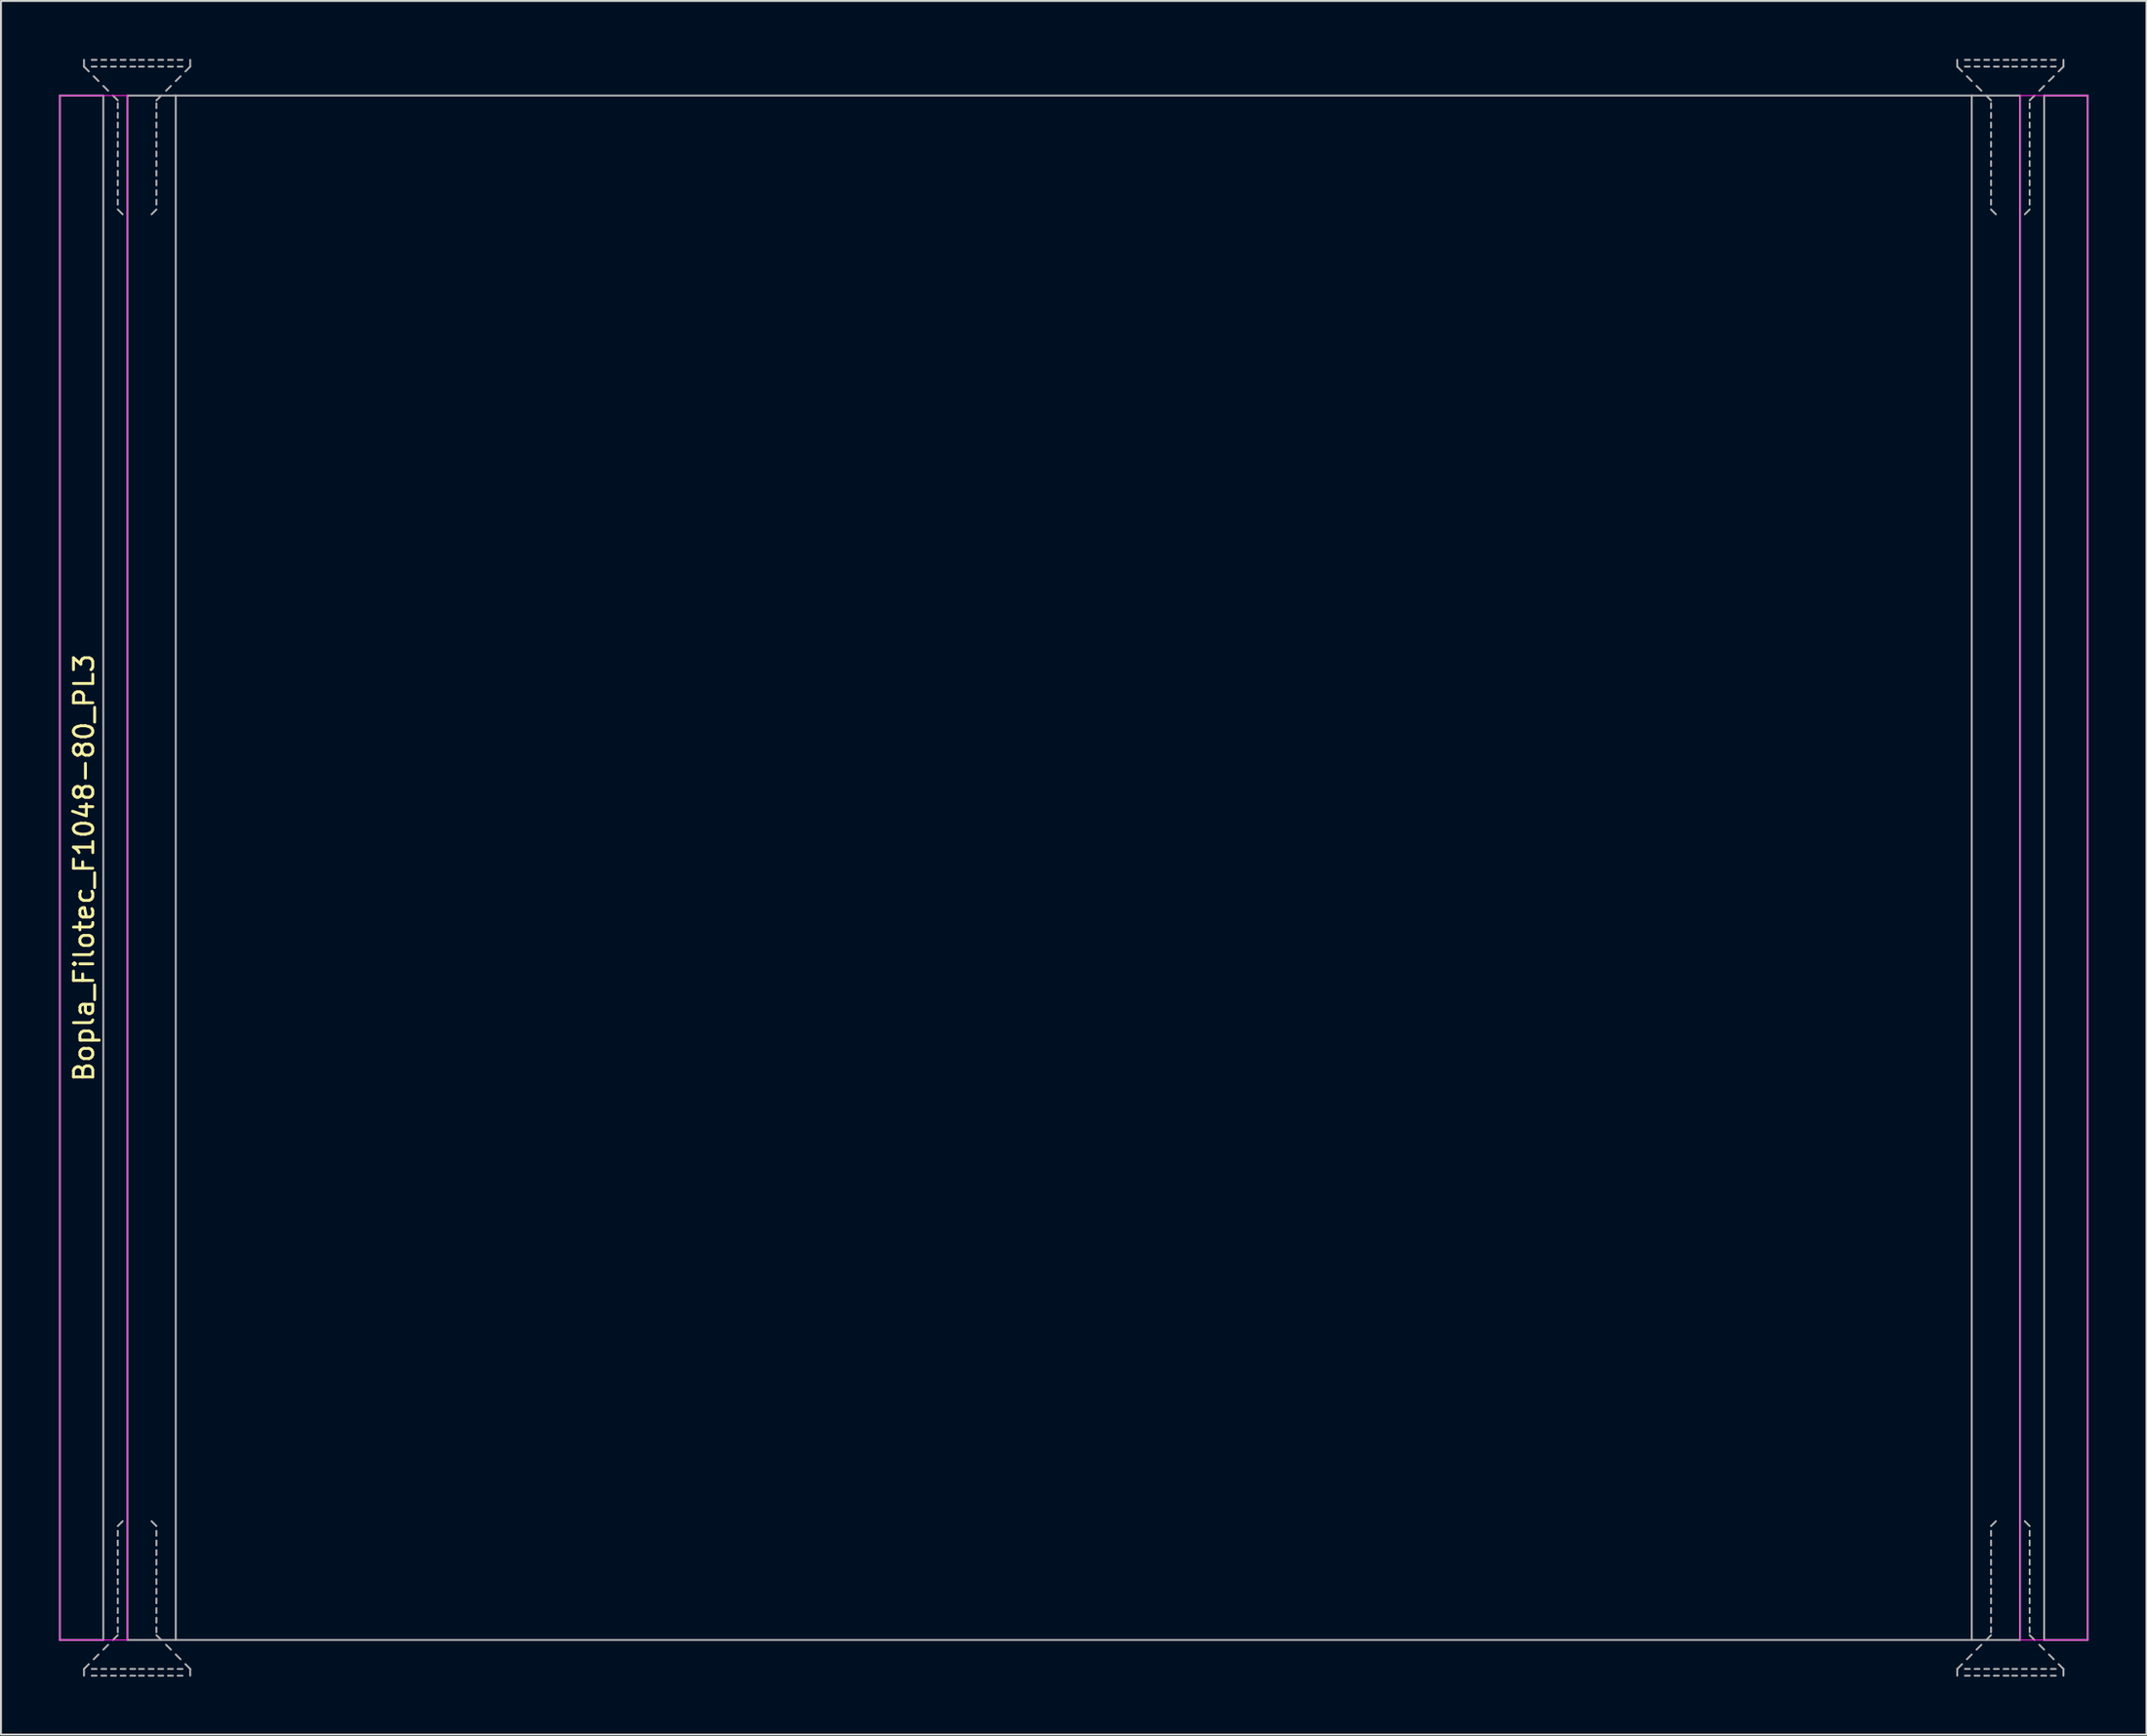
<source format=kicad_pcb>
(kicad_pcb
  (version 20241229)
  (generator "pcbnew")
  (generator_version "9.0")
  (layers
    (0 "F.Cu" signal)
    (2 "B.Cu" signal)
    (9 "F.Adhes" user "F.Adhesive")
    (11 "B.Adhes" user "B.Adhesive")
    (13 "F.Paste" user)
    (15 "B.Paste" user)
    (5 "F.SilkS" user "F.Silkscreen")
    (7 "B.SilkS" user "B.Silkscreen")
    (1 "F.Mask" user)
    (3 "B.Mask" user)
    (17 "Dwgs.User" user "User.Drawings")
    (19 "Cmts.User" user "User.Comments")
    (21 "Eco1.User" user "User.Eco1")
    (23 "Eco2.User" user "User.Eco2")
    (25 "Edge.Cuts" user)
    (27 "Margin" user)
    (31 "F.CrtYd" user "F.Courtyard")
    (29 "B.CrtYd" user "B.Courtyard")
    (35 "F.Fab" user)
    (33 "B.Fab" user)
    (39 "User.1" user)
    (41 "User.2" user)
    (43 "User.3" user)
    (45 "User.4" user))
  (footprint "Bopla_Filotec_F1048-80_PL3"
    (layer "F.Cu")
    (at 52.55 41.9)
    (property "Reference" "Bopla_Filotec_F1048-80_PL3" (at -51.25 0 90) (layer "F.SilkS") (effects (font (size 1 1) (thickness 0.15))))
    (attr exclude_from_pos_files exclude_from_bom)
    (fp_line (start -52.5 -40) (end -52.5 40) (stroke (width 0.05) (type solid)) (layer "F.CrtYd"))
    (fp_line (start -52.5 40) (end -49 40) (stroke (width 0.05) (type solid)) (layer "F.CrtYd"))
    (fp_line (start -49 -40) (end -52.5 -40) (stroke (width 0.05) (type solid)) (layer "F.CrtYd"))
    (fp_line (start -49 40) (end -49 -40) (stroke (width 0.05) (type solid)) (layer "F.CrtYd"))
    (fp_line (start 49 -40) (end 52.5 -40) (stroke (width 0.05) (type solid)) (layer "F.CrtYd"))
    (fp_line (start 49 40) (end 49 -40) (stroke (width 0.05) (type solid)) (layer "F.CrtYd"))
    (fp_line (start 52.5 -40) (end 52.5 40) (stroke (width 0.05) (type solid)) (layer "F.CrtYd"))
    (fp_line (start 52.5 40) (end 49 40) (stroke (width 0.05) (type solid)) (layer "F.CrtYd"))
    (fp_line (start -52.5 -40) (end -52.5 40) (stroke (width 0.1) (type solid)) (layer "F.Fab"))
    (fp_line (start -52.5 -40) (end -50.25 -40) (stroke (width 0.1) (type solid)) (layer "F.Fab"))
    (fp_line (start -52.5 40) (end -50.25 40) (stroke (width 0.1) (type solid)) (layer "F.Fab"))
    (fp_line (start -51.25 -41.5) (end -51.25 -41.85) (stroke (width 0.1) (type solid)) (layer "F.Fab"))
    (fp_line (start -51.25 -41.5) (end -51 -41.25) (stroke (width 0.1) (type solid)) (layer "F.Fab"))
    (fp_line (start -51.25 41.5) (end -51.25 41.85) (stroke (width 0.1) (type solid)) (layer "F.Fab"))
    (fp_line (start -51.25 41.5) (end -51 41.25) (stroke (width 0.1) (type solid)) (layer "F.Fab"))
    (fp_line (start -50.75 -41) (end -50.5 -40.75) (stroke (width 0.1) (type solid)) (layer "F.Fab"))
    (fp_line (start -50.75 41) (end -50.5 40.75) (stroke (width 0.1) (type solid)) (layer "F.Fab"))
    (fp_line (start -50.6 -41.85) (end -50.85 -41.85) (stroke (width 0.1) (type solid)) (layer "F.Fab"))
    (fp_line (start -50.6 -41.5) (end -50.85 -41.5) (stroke (width 0.1) (type solid)) (layer "F.Fab"))
    (fp_line (start -50.6 41.5) (end -50.85 41.5) (stroke (width 0.1) (type solid)) (layer "F.Fab"))
    (fp_line (start -50.6 41.85) (end -50.85 41.85) (stroke (width 0.1) (type solid)) (layer "F.Fab"))
    (fp_line (start -50.25 -40.5) (end -50 -40.25) (stroke (width 0.1) (type solid)) (layer "F.Fab"))
    (fp_line (start -50.25 -40) (end -50.25 40) (stroke (width 0.1) (type solid)) (layer "F.Fab"))
    (fp_line (start -50.25 40.5) (end -50 40.25) (stroke (width 0.1) (type solid)) (layer "F.Fab"))
    (fp_line (start -50.1 -41.85) (end -50.35 -41.85) (stroke (width 0.1) (type solid)) (layer "F.Fab"))
    (fp_line (start -50.1 -41.5) (end -50.35 -41.5) (stroke (width 0.1) (type solid)) (layer "F.Fab"))
    (fp_line (start -50.1 41.5) (end -50.35 41.5) (stroke (width 0.1) (type solid)) (layer "F.Fab"))
    (fp_line (start -50.1 41.85) (end -50.35 41.85) (stroke (width 0.1) (type solid)) (layer "F.Fab"))
    (fp_line (start -49.75 -40) (end -49.5 -39.75) (stroke (width 0.1) (type solid)) (layer "F.Fab"))
    (fp_line (start -49.75 40) (end -49.5 39.75) (stroke (width 0.1) (type solid)) (layer "F.Fab"))
    (fp_line (start -49.6 -41.85) (end -49.85 -41.85) (stroke (width 0.1) (type solid)) (layer "F.Fab"))
    (fp_line (start -49.6 -41.5) (end -49.85 -41.5) (stroke (width 0.1) (type solid)) (layer "F.Fab"))
    (fp_line (start -49.6 41.5) (end -49.85 41.5) (stroke (width 0.1) (type solid)) (layer "F.Fab"))
    (fp_line (start -49.6 41.85) (end -49.85 41.85) (stroke (width 0.1) (type solid)) (layer "F.Fab"))
    (fp_line (start -49.5 -39.6) (end -49.5 -39.35) (stroke (width 0.1) (type solid)) (layer "F.Fab"))
    (fp_line (start -49.5 -39.1) (end -49.5 -38.85) (stroke (width 0.1) (type solid)) (layer "F.Fab"))
    (fp_line (start -49.5 -38.6) (end -49.5 -38.35) (stroke (width 0.1) (type solid)) (layer "F.Fab"))
    (fp_line (start -49.5 -38.1) (end -49.5 -37.85) (stroke (width 0.1) (type solid)) (layer "F.Fab"))
    (fp_line (start -49.5 -37.6) (end -49.5 -37.35) (stroke (width 0.1) (type solid)) (layer "F.Fab"))
    (fp_line (start -49.5 -37.1) (end -49.5 -36.85) (stroke (width 0.1) (type solid)) (layer "F.Fab"))
    (fp_line (start -49.5 -36.6) (end -49.5 -36.35) (stroke (width 0.1) (type solid)) (layer "F.Fab"))
    (fp_line (start -49.5 -36.1) (end -49.5 -35.85) (stroke (width 0.1) (type solid)) (layer "F.Fab"))
    (fp_line (start -49.5 -35.6) (end -49.5 -35.35) (stroke (width 0.1) (type solid)) (layer "F.Fab"))
    (fp_line (start -49.5 -35.1) (end -49.5 -34.85) (stroke (width 0.1) (type solid)) (layer "F.Fab"))
    (fp_line (start -49.5 -34.6) (end -49.5 -34.35) (stroke (width 0.1) (type solid)) (layer "F.Fab"))
    (fp_line (start -49.5 -34.1) (end -49.25 -33.85) (stroke (width 0.1) (type solid)) (layer "F.Fab"))
    (fp_line (start -49.5 34.1) (end -49.25 33.85) (stroke (width 0.1) (type solid)) (layer "F.Fab"))
    (fp_line (start -49.5 34.6) (end -49.5 34.35) (stroke (width 0.1) (type solid)) (layer "F.Fab"))
    (fp_line (start -49.5 35.1) (end -49.5 34.85) (stroke (width 0.1) (type solid)) (layer "F.Fab"))
    (fp_line (start -49.5 35.6) (end -49.5 35.35) (stroke (width 0.1) (type solid)) (layer "F.Fab"))
    (fp_line (start -49.5 36.1) (end -49.5 35.85) (stroke (width 0.1) (type solid)) (layer "F.Fab"))
    (fp_line (start -49.5 36.6) (end -49.5 36.35) (stroke (width 0.1) (type solid)) (layer "F.Fab"))
    (fp_line (start -49.5 37.1) (end -49.5 36.85) (stroke (width 0.1) (type solid)) (layer "F.Fab"))
    (fp_line (start -49.5 37.6) (end -49.5 37.35) (stroke (width 0.1) (type solid)) (layer "F.Fab"))
    (fp_line (start -49.5 38.1) (end -49.5 37.85) (stroke (width 0.1) (type solid)) (layer "F.Fab"))
    (fp_line (start -49.5 38.6) (end -49.5 38.35) (stroke (width 0.1) (type solid)) (layer "F.Fab"))
    (fp_line (start -49.5 39.1) (end -49.5 38.85) (stroke (width 0.1) (type solid)) (layer "F.Fab"))
    (fp_line (start -49.5 39.6) (end -49.5 39.35) (stroke (width 0.1) (type solid)) (layer "F.Fab"))
    (fp_line (start -49.1 -41.85) (end -49.35 -41.85) (stroke (width 0.1) (type solid)) (layer "F.Fab"))
    (fp_line (start -49.1 -41.5) (end -49.35 -41.5) (stroke (width 0.1) (type solid)) (layer "F.Fab"))
    (fp_line (start -49.1 41.5) (end -49.35 41.5) (stroke (width 0.1) (type solid)) (layer "F.Fab"))
    (fp_line (start -49.1 41.85) (end -49.35 41.85) (stroke (width 0.1) (type solid)) (layer "F.Fab"))
    (fp_line (start -49 -40) (end -46.5 -40) (stroke (width 0.1) (type solid)) (layer "F.Fab"))
    (fp_line (start -49 40) (end -49 -40) (stroke (width 0.1) (type solid)) (layer "F.Fab"))
    (fp_line (start -49 40) (end -46.5 40) (stroke (width 0.1) (type solid)) (layer "F.Fab"))
    (fp_line (start -48.6 -41.85) (end -48.85 -41.85) (stroke (width 0.1) (type solid)) (layer "F.Fab"))
    (fp_line (start -48.6 -41.5) (end -48.85 -41.5) (stroke (width 0.1) (type solid)) (layer "F.Fab"))
    (fp_line (start -48.6 41.5) (end -48.85 41.5) (stroke (width 0.1) (type solid)) (layer "F.Fab"))
    (fp_line (start -48.6 41.85) (end -48.85 41.85) (stroke (width 0.1) (type solid)) (layer "F.Fab"))
    (fp_line (start -48.15 -41.85) (end -48.4 -41.85) (stroke (width 0.1) (type solid)) (layer "F.Fab"))
    (fp_line (start -48.15 -41.5) (end -48.4 -41.5) (stroke (width 0.1) (type solid)) (layer "F.Fab"))
    (fp_line (start -48.15 41.5) (end -48.4 41.5) (stroke (width 0.1) (type solid)) (layer "F.Fab"))
    (fp_line (start -48.15 41.85) (end -48.4 41.85) (stroke (width 0.1) (type solid)) (layer "F.Fab"))
    (fp_line (start -47.65 -41.85) (end -47.9 -41.85) (stroke (width 0.1) (type solid)) (layer "F.Fab"))
    (fp_line (start -47.65 -41.5) (end -47.9 -41.5) (stroke (width 0.1) (type solid)) (layer "F.Fab"))
    (fp_line (start -47.65 41.5) (end -47.9 41.5) (stroke (width 0.1) (type solid)) (layer "F.Fab"))
    (fp_line (start -47.65 41.85) (end -47.9 41.85) (stroke (width 0.1) (type solid)) (layer "F.Fab"))
    (fp_line (start -47.5 -39.6) (end -47.5 -39.35) (stroke (width 0.1) (type solid)) (layer "F.Fab"))
    (fp_line (start -47.5 -39.1) (end -47.5 -38.85) (stroke (width 0.1) (type solid)) (layer "F.Fab"))
    (fp_line (start -47.5 -38.6) (end -47.5 -38.35) (stroke (width 0.1) (type solid)) (layer "F.Fab"))
    (fp_line (start -47.5 -38.1) (end -47.5 -37.85) (stroke (width 0.1) (type solid)) (layer "F.Fab"))
    (fp_line (start -47.5 -37.6) (end -47.5 -37.35) (stroke (width 0.1) (type solid)) (layer "F.Fab"))
    (fp_line (start -47.5 -37.1) (end -47.5 -36.85) (stroke (width 0.1) (type solid)) (layer "F.Fab"))
    (fp_line (start -47.5 -36.6) (end -47.5 -36.35) (stroke (width 0.1) (type solid)) (layer "F.Fab"))
    (fp_line (start -47.5 -36.1) (end -47.5 -35.85) (stroke (width 0.1) (type solid)) (layer "F.Fab"))
    (fp_line (start -47.5 -35.6) (end -47.5 -35.35) (stroke (width 0.1) (type solid)) (layer "F.Fab"))
    (fp_line (start -47.5 -35.1) (end -47.5 -34.85) (stroke (width 0.1) (type solid)) (layer "F.Fab"))
    (fp_line (start -47.5 -34.6) (end -47.5 -34.35) (stroke (width 0.1) (type solid)) (layer "F.Fab"))
    (fp_line (start -47.5 -34.1) (end -47.75 -33.85) (stroke (width 0.1) (type solid)) (layer "F.Fab"))
    (fp_line (start -47.5 34.1) (end -47.75 33.85) (stroke (width 0.1) (type solid)) (layer "F.Fab"))
    (fp_line (start -47.5 34.6) (end -47.5 34.35) (stroke (width 0.1) (type solid)) (layer "F.Fab"))
    (fp_line (start -47.5 35.1) (end -47.5 34.85) (stroke (width 0.1) (type solid)) (layer "F.Fab"))
    (fp_line (start -47.5 35.6) (end -47.5 35.35) (stroke (width 0.1) (type solid)) (layer "F.Fab"))
    (fp_line (start -47.5 36.1) (end -47.5 35.85) (stroke (width 0.1) (type solid)) (layer "F.Fab"))
    (fp_line (start -47.5 36.6) (end -47.5 36.35) (stroke (width 0.1) (type solid)) (layer "F.Fab"))
    (fp_line (start -47.5 37.1) (end -47.5 36.85) (stroke (width 0.1) (type solid)) (layer "F.Fab"))
    (fp_line (start -47.5 37.6) (end -47.5 37.35) (stroke (width 0.1) (type solid)) (layer "F.Fab"))
    (fp_line (start -47.5 38.1) (end -47.5 37.85) (stroke (width 0.1) (type solid)) (layer "F.Fab"))
    (fp_line (start -47.5 38.6) (end -47.5 38.35) (stroke (width 0.1) (type solid)) (layer "F.Fab"))
    (fp_line (start -47.5 39.1) (end -47.5 38.85) (stroke (width 0.1) (type solid)) (layer "F.Fab"))
    (fp_line (start -47.5 39.6) (end -47.5 39.35) (stroke (width 0.1) (type solid)) (layer "F.Fab"))
    (fp_line (start -47.25 -40) (end -47.5 -39.75) (stroke (width 0.1) (type solid)) (layer "F.Fab"))
    (fp_line (start -47.25 40) (end -47.5 39.75) (stroke (width 0.1) (type solid)) (layer "F.Fab"))
    (fp_line (start -47.15 -41.85) (end -47.4 -41.85) (stroke (width 0.1) (type solid)) (layer "F.Fab"))
    (fp_line (start -47.15 -41.5) (end -47.4 -41.5) (stroke (width 0.1) (type solid)) (layer "F.Fab"))
    (fp_line (start -47.15 41.5) (end -47.4 41.5) (stroke (width 0.1) (type solid)) (layer "F.Fab"))
    (fp_line (start -47.15 41.85) (end -47.4 41.85) (stroke (width 0.1) (type solid)) (layer "F.Fab"))
    (fp_line (start -46.75 -40.5) (end -47 -40.25) (stroke (width 0.1) (type solid)) (layer "F.Fab"))
    (fp_line (start -46.75 40.5) (end -47 40.25) (stroke (width 0.1) (type solid)) (layer "F.Fab"))
    (fp_line (start -46.65 -41.85) (end -46.9 -41.85) (stroke (width 0.1) (type solid)) (layer "F.Fab"))
    (fp_line (start -46.65 -41.5) (end -46.9 -41.5) (stroke (width 0.1) (type solid)) (layer "F.Fab"))
    (fp_line (start -46.65 41.5) (end -46.9 41.5) (stroke (width 0.1) (type solid)) (layer "F.Fab"))
    (fp_line (start -46.65 41.85) (end -46.9 41.85) (stroke (width 0.1) (type solid)) (layer "F.Fab"))
    (fp_line (start -46.5 40) (end -46.5 -40) (stroke (width 0.1) (type solid)) (layer "F.Fab"))
    (fp_line (start -46.5 40) (end 46.5 40) (stroke (width 0.1) (type solid)) (layer "F.Fab"))
    (fp_line (start -46.25 -41) (end -46.5 -40.75) (stroke (width 0.1) (type solid)) (layer "F.Fab"))
    (fp_line (start -46.25 41) (end -46.5 40.75) (stroke (width 0.1) (type solid)) (layer "F.Fab"))
    (fp_line (start -46.15 -41.85) (end -46.4 -41.85) (stroke (width 0.1) (type solid)) (layer "F.Fab"))
    (fp_line (start -46.15 -41.5) (end -46.4 -41.5) (stroke (width 0.1) (type solid)) (layer "F.Fab"))
    (fp_line (start -46.15 41.5) (end -46.4 41.5) (stroke (width 0.1) (type solid)) (layer "F.Fab"))
    (fp_line (start -46.15 41.85) (end -46.4 41.85) (stroke (width 0.1) (type solid)) (layer "F.Fab"))
    (fp_line (start -45.75 -41.5) (end -46 -41.25) (stroke (width 0.1) (type solid)) (layer "F.Fab"))
    (fp_line (start -45.75 -41.5) (end -45.75 -41.85) (stroke (width 0.1) (type solid)) (layer "F.Fab"))
    (fp_line (start -45.75 41.5) (end -46 41.25) (stroke (width 0.1) (type solid)) (layer "F.Fab"))
    (fp_line (start -45.75 41.5) (end -45.75 41.85) (stroke (width 0.1) (type solid)) (layer "F.Fab"))
    (fp_line (start 45.75 -41.5) (end 45.75 -41.85) (stroke (width 0.1) (type solid)) (layer "F.Fab"))
    (fp_line (start 45.75 -41.5) (end 46 -41.25) (stroke (width 0.1) (type solid)) (layer "F.Fab"))
    (fp_line (start 45.75 41.5) (end 45.75 41.85) (stroke (width 0.1) (type solid)) (layer "F.Fab"))
    (fp_line (start 45.75 41.5) (end 46 41.25) (stroke (width 0.1) (type solid)) (layer "F.Fab"))
    (fp_line (start 46.25 -41) (end 46.5 -40.75) (stroke (width 0.1) (type solid)) (layer "F.Fab"))
    (fp_line (start 46.25 41) (end 46.5 40.75) (stroke (width 0.1) (type solid)) (layer "F.Fab"))
    (fp_line (start 46.4 -41.85) (end 46.15 -41.85) (stroke (width 0.1) (type solid)) (layer "F.Fab"))
    (fp_line (start 46.4 -41.5) (end 46.15 -41.5) (stroke (width 0.1) (type solid)) (layer "F.Fab"))
    (fp_line (start 46.4 41.5) (end 46.15 41.5) (stroke (width 0.1) (type solid)) (layer "F.Fab"))
    (fp_line (start 46.4 41.85) (end 46.15 41.85) (stroke (width 0.1) (type solid)) (layer "F.Fab"))
    (fp_line (start 46.5 -40) (end -46.5 -40) (stroke (width 0.1) (type solid)) (layer "F.Fab"))
    (fp_line (start 46.5 -40) (end 46.5 40) (stroke (width 0.1) (type solid)) (layer "F.Fab"))
    (fp_line (start 46.75 -40.5) (end 47 -40.25) (stroke (width 0.1) (type solid)) (layer "F.Fab"))
    (fp_line (start 46.75 40.5) (end 47 40.25) (stroke (width 0.1) (type solid)) (layer "F.Fab"))
    (fp_line (start 46.9 -41.85) (end 46.65 -41.85) (stroke (width 0.1) (type solid)) (layer "F.Fab"))
    (fp_line (start 46.9 -41.5) (end 46.65 -41.5) (stroke (width 0.1) (type solid)) (layer "F.Fab"))
    (fp_line (start 46.9 41.5) (end 46.65 41.5) (stroke (width 0.1) (type solid)) (layer "F.Fab"))
    (fp_line (start 46.9 41.85) (end 46.65 41.85) (stroke (width 0.1) (type solid)) (layer "F.Fab"))
    (fp_line (start 47.25 -40) (end 47.5 -39.75) (stroke (width 0.1) (type solid)) (layer "F.Fab"))
    (fp_line (start 47.25 40) (end 47.5 39.75) (stroke (width 0.1) (type solid)) (layer "F.Fab"))
    (fp_line (start 47.4 -41.85) (end 47.15 -41.85) (stroke (width 0.1) (type solid)) (layer "F.Fab"))
    (fp_line (start 47.4 -41.5) (end 47.15 -41.5) (stroke (width 0.1) (type solid)) (layer "F.Fab"))
    (fp_line (start 47.4 41.5) (end 47.15 41.5) (stroke (width 0.1) (type solid)) (layer "F.Fab"))
    (fp_line (start 47.4 41.85) (end 47.15 41.85) (stroke (width 0.1) (type solid)) (layer "F.Fab"))
    (fp_line (start 47.5 -39.6) (end 47.5 -39.35) (stroke (width 0.1) (type solid)) (layer "F.Fab"))
    (fp_line (start 47.5 -39.1) (end 47.5 -38.85) (stroke (width 0.1) (type solid)) (layer "F.Fab"))
    (fp_line (start 47.5 -38.6) (end 47.5 -38.35) (stroke (width 0.1) (type solid)) (layer "F.Fab"))
    (fp_line (start 47.5 -38.1) (end 47.5 -37.85) (stroke (width 0.1) (type solid)) (layer "F.Fab"))
    (fp_line (start 47.5 -37.6) (end 47.5 -37.35) (stroke (width 0.1) (type solid)) (layer "F.Fab"))
    (fp_line (start 47.5 -37.1) (end 47.5 -36.85) (stroke (width 0.1) (type solid)) (layer "F.Fab"))
    (fp_line (start 47.5 -36.6) (end 47.5 -36.35) (stroke (width 0.1) (type solid)) (layer "F.Fab"))
    (fp_line (start 47.5 -36.1) (end 47.5 -35.85) (stroke (width 0.1) (type solid)) (layer "F.Fab"))
    (fp_line (start 47.5 -35.6) (end 47.5 -35.35) (stroke (width 0.1) (type solid)) (layer "F.Fab"))
    (fp_line (start 47.5 -35.1) (end 47.5 -34.85) (stroke (width 0.1) (type solid)) (layer "F.Fab"))
    (fp_line (start 47.5 -34.6) (end 47.5 -34.35) (stroke (width 0.1) (type solid)) (layer "F.Fab"))
    (fp_line (start 47.5 -34.1) (end 47.75 -33.85) (stroke (width 0.1) (type solid)) (layer "F.Fab"))
    (fp_line (start 47.5 34.1) (end 47.75 33.85) (stroke (width 0.1) (type solid)) (layer "F.Fab"))
    (fp_line (start 47.5 34.6) (end 47.5 34.35) (stroke (width 0.1) (type solid)) (layer "F.Fab"))
    (fp_line (start 47.5 35.1) (end 47.5 34.85) (stroke (width 0.1) (type solid)) (layer "F.Fab"))
    (fp_line (start 47.5 35.6) (end 47.5 35.35) (stroke (width 0.1) (type solid)) (layer "F.Fab"))
    (fp_line (start 47.5 36.1) (end 47.5 35.85) (stroke (width 0.1) (type solid)) (layer "F.Fab"))
    (fp_line (start 47.5 36.6) (end 47.5 36.35) (stroke (width 0.1) (type solid)) (layer "F.Fab"))
    (fp_line (start 47.5 37.1) (end 47.5 36.85) (stroke (width 0.1) (type solid)) (layer "F.Fab"))
    (fp_line (start 47.5 37.6) (end 47.5 37.35) (stroke (width 0.1) (type solid)) (layer "F.Fab"))
    (fp_line (start 47.5 38.1) (end 47.5 37.85) (stroke (width 0.1) (type solid)) (layer "F.Fab"))
    (fp_line (start 47.5 38.6) (end 47.5 38.35) (stroke (width 0.1) (type solid)) (layer "F.Fab"))
    (fp_line (start 47.5 39.1) (end 47.5 38.85) (stroke (width 0.1) (type solid)) (layer "F.Fab"))
    (fp_line (start 47.5 39.6) (end 47.5 39.35) (stroke (width 0.1) (type solid)) (layer "F.Fab"))
    (fp_line (start 47.9 -41.85) (end 47.65 -41.85) (stroke (width 0.1) (type solid)) (layer "F.Fab"))
    (fp_line (start 47.9 -41.5) (end 47.65 -41.5) (stroke (width 0.1) (type solid)) (layer "F.Fab"))
    (fp_line (start 47.9 41.5) (end 47.65 41.5) (stroke (width 0.1) (type solid)) (layer "F.Fab"))
    (fp_line (start 47.9 41.85) (end 47.65 41.85) (stroke (width 0.1) (type solid)) (layer "F.Fab"))
    (fp_line (start 48.4 -41.85) (end 48.15 -41.85) (stroke (width 0.1) (type solid)) (layer "F.Fab"))
    (fp_line (start 48.4 -41.5) (end 48.15 -41.5) (stroke (width 0.1) (type solid)) (layer "F.Fab"))
    (fp_line (start 48.4 41.5) (end 48.15 41.5) (stroke (width 0.1) (type solid)) (layer "F.Fab"))
    (fp_line (start 48.4 41.85) (end 48.15 41.85) (stroke (width 0.1) (type solid)) (layer "F.Fab"))
    (fp_line (start 48.85 -41.85) (end 48.6 -41.85) (stroke (width 0.1) (type solid)) (layer "F.Fab"))
    (fp_line (start 48.85 -41.5) (end 48.6 -41.5) (stroke (width 0.1) (type solid)) (layer "F.Fab"))
    (fp_line (start 48.85 41.5) (end 48.6 41.5) (stroke (width 0.1) (type solid)) (layer "F.Fab"))
    (fp_line (start 48.85 41.85) (end 48.6 41.85) (stroke (width 0.1) (type solid)) (layer "F.Fab"))
    (fp_line (start 49 -40) (end 46.5 -40) (stroke (width 0.1) (type solid)) (layer "F.Fab"))
    (fp_line (start 49 -40) (end 49 40) (stroke (width 0.1) (type solid)) (layer "F.Fab"))
    (fp_line (start 49 40) (end 46.5 40) (stroke (width 0.1) (type solid)) (layer "F.Fab"))
    (fp_line (start 49.35 -41.85) (end 49.1 -41.85) (stroke (width 0.1) (type solid)) (layer "F.Fab"))
    (fp_line (start 49.35 -41.5) (end 49.1 -41.5) (stroke (width 0.1) (type solid)) (layer "F.Fab"))
    (fp_line (start 49.35 41.5) (end 49.1 41.5) (stroke (width 0.1) (type solid)) (layer "F.Fab"))
    (fp_line (start 49.35 41.85) (end 49.1 41.85) (stroke (width 0.1) (type solid)) (layer "F.Fab"))
    (fp_line (start 49.5 -39.6) (end 49.5 -39.35) (stroke (width 0.1) (type solid)) (layer "F.Fab"))
    (fp_line (start 49.5 -39.1) (end 49.5 -38.85) (stroke (width 0.1) (type solid)) (layer "F.Fab"))
    (fp_line (start 49.5 -38.6) (end 49.5 -38.35) (stroke (width 0.1) (type solid)) (layer "F.Fab"))
    (fp_line (start 49.5 -38.1) (end 49.5 -37.85) (stroke (width 0.1) (type solid)) (layer "F.Fab"))
    (fp_line (start 49.5 -37.6) (end 49.5 -37.35) (stroke (width 0.1) (type solid)) (layer "F.Fab"))
    (fp_line (start 49.5 -37.1) (end 49.5 -36.85) (stroke (width 0.1) (type solid)) (layer "F.Fab"))
    (fp_line (start 49.5 -36.6) (end 49.5 -36.35) (stroke (width 0.1) (type solid)) (layer "F.Fab"))
    (fp_line (start 49.5 -36.1) (end 49.5 -35.85) (stroke (width 0.1) (type solid)) (layer "F.Fab"))
    (fp_line (start 49.5 -35.6) (end 49.5 -35.35) (stroke (width 0.1) (type solid)) (layer "F.Fab"))
    (fp_line (start 49.5 -35.1) (end 49.5 -34.85) (stroke (width 0.1) (type solid)) (layer "F.Fab"))
    (fp_line (start 49.5 -34.6) (end 49.5 -34.35) (stroke (width 0.1) (type solid)) (layer "F.Fab"))
    (fp_line (start 49.5 -34.1) (end 49.25 -33.85) (stroke (width 0.1) (type solid)) (layer "F.Fab"))
    (fp_line (start 49.5 34.1) (end 49.25 33.85) (stroke (width 0.1) (type solid)) (layer "F.Fab"))
    (fp_line (start 49.5 34.6) (end 49.5 34.35) (stroke (width 0.1) (type solid)) (layer "F.Fab"))
    (fp_line (start 49.5 35.1) (end 49.5 34.85) (stroke (width 0.1) (type solid)) (layer "F.Fab"))
    (fp_line (start 49.5 35.6) (end 49.5 35.35) (stroke (width 0.1) (type solid)) (layer "F.Fab"))
    (fp_line (start 49.5 36.1) (end 49.5 35.85) (stroke (width 0.1) (type solid)) (layer "F.Fab"))
    (fp_line (start 49.5 36.6) (end 49.5 36.35) (stroke (width 0.1) (type solid)) (layer "F.Fab"))
    (fp_line (start 49.5 37.1) (end 49.5 36.85) (stroke (width 0.1) (type solid)) (layer "F.Fab"))
    (fp_line (start 49.5 37.6) (end 49.5 37.35) (stroke (width 0.1) (type solid)) (layer "F.Fab"))
    (fp_line (start 49.5 38.1) (end 49.5 37.85) (stroke (width 0.1) (type solid)) (layer "F.Fab"))
    (fp_line (start 49.5 38.6) (end 49.5 38.35) (stroke (width 0.1) (type solid)) (layer "F.Fab"))
    (fp_line (start 49.5 39.1) (end 49.5 38.85) (stroke (width 0.1) (type solid)) (layer "F.Fab"))
    (fp_line (start 49.5 39.6) (end 49.5 39.35) (stroke (width 0.1) (type solid)) (layer "F.Fab"))
    (fp_line (start 49.75 -40) (end 49.5 -39.75) (stroke (width 0.1) (type solid)) (layer "F.Fab"))
    (fp_line (start 49.75 40) (end 49.5 39.75) (stroke (width 0.1) (type solid)) (layer "F.Fab"))
    (fp_line (start 49.85 -41.85) (end 49.6 -41.85) (stroke (width 0.1) (type solid)) (layer "F.Fab"))
    (fp_line (start 49.85 -41.5) (end 49.6 -41.5) (stroke (width 0.1) (type solid)) (layer "F.Fab"))
    (fp_line (start 49.85 41.5) (end 49.6 41.5) (stroke (width 0.1) (type solid)) (layer "F.Fab"))
    (fp_line (start 49.85 41.85) (end 49.6 41.85) (stroke (width 0.1) (type solid)) (layer "F.Fab"))
    (fp_line (start 50.25 -40.5) (end 50 -40.25) (stroke (width 0.1) (type solid)) (layer "F.Fab"))
    (fp_line (start 50.25 -40) (end 52.5 -40) (stroke (width 0.1) (type solid)) (layer "F.Fab"))
    (fp_line (start 50.25 40) (end 50.25 -40) (stroke (width 0.1) (type solid)) (layer "F.Fab"))
    (fp_line (start 50.25 40) (end 52.5 40) (stroke (width 0.1) (type solid)) (layer "F.Fab"))
    (fp_line (start 50.25 40.5) (end 50 40.25) (stroke (width 0.1) (type solid)) (layer "F.Fab"))
    (fp_line (start 50.35 -41.85) (end 50.1 -41.85) (stroke (width 0.1) (type solid)) (layer "F.Fab"))
    (fp_line (start 50.35 -41.5) (end 50.1 -41.5) (stroke (width 0.1) (type solid)) (layer "F.Fab"))
    (fp_line (start 50.35 41.5) (end 50.1 41.5) (stroke (width 0.1) (type solid)) (layer "F.Fab"))
    (fp_line (start 50.35 41.85) (end 50.1 41.85) (stroke (width 0.1) (type solid)) (layer "F.Fab"))
    (fp_line (start 50.75 -41) (end 50.5 -40.75) (stroke (width 0.1) (type solid)) (layer "F.Fab"))
    (fp_line (start 50.75 41) (end 50.5 40.75) (stroke (width 0.1) (type solid)) (layer "F.Fab"))
    (fp_line (start 50.85 -41.85) (end 50.6 -41.85) (stroke (width 0.1) (type solid)) (layer "F.Fab"))
    (fp_line (start 50.85 -41.5) (end 50.6 -41.5) (stroke (width 0.1) (type solid)) (layer "F.Fab"))
    (fp_line (start 50.85 41.5) (end 50.6 41.5) (stroke (width 0.1) (type solid)) (layer "F.Fab"))
    (fp_line (start 50.85 41.85) (end 50.6 41.85) (stroke (width 0.1) (type solid)) (layer "F.Fab"))
    (fp_line (start 51.25 -41.5) (end 51 -41.25) (stroke (width 0.1) (type solid)) (layer "F.Fab"))
    (fp_line (start 51.25 -41.5) (end 51.25 -41.85) (stroke (width 0.1) (type solid)) (layer "F.Fab"))
    (fp_line (start 51.25 41.5) (end 51 41.25) (stroke (width 0.1) (type solid)) (layer "F.Fab"))
    (fp_line (start 51.25 41.5) (end 51.25 41.85) (stroke (width 0.1) (type solid)) (layer "F.Fab"))
    (fp_line (start 52.5 -40) (end 52.5 40) (stroke (width 0.1) (type solid)) (layer "F.Fab")))
  (gr_rect
    (start -3 -3)
    (end 108.1 86.8)
    (stroke (width 0.1) (type default))
    (fill no)
    (layer "Edge.Cuts")))
</source>
